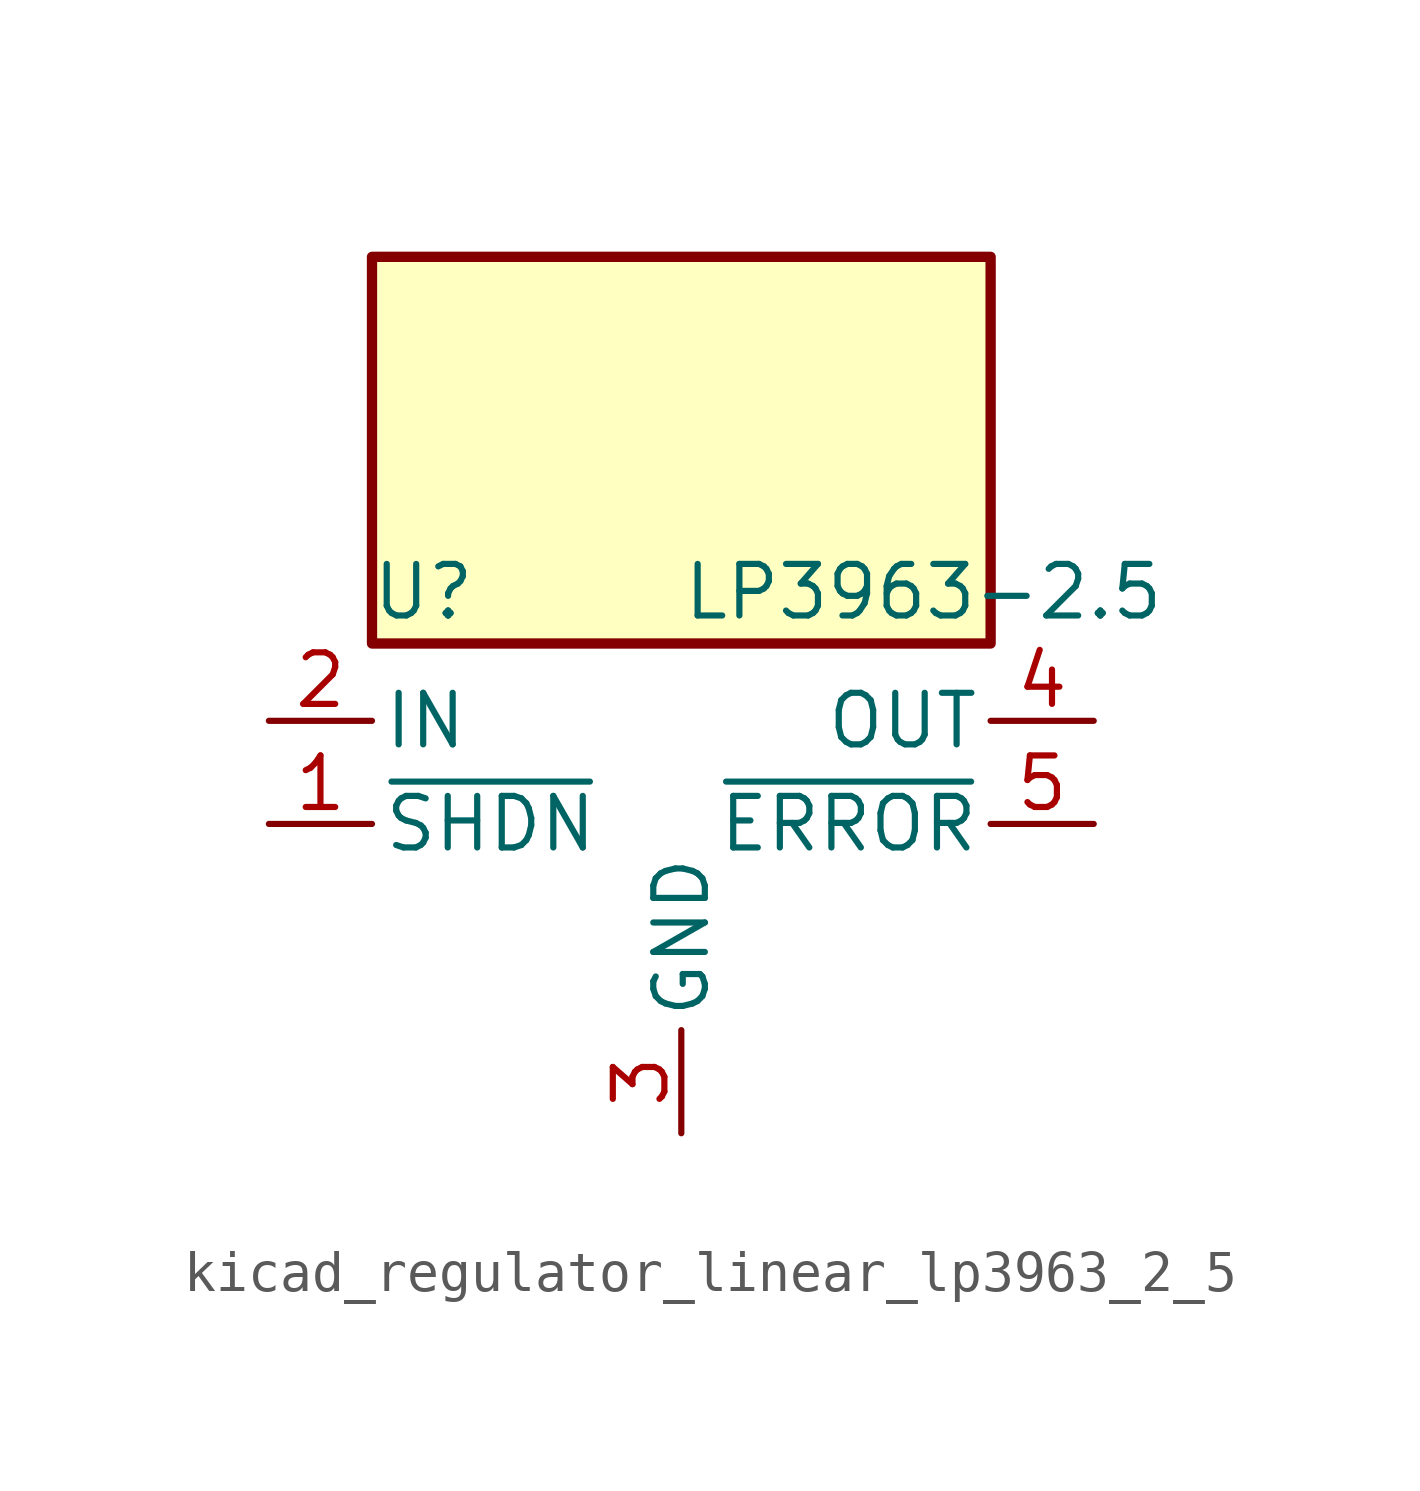
<source format=kicad_sym>
(kicad_symbol_lib
  (version 20220914)
  (generator kicad_symbol_editor)
  (symbol "kicad_regulator_linear_lp3963_2_5"
    (pin_names
      (offset 0.254))
    (property "Reference" "U"
      (at -6.35 5.715 0)
      (effects (font (size 1.27 1.27))))
    (property "Value" "LP3963-2.5"
      (at 0 5.715 0)
      (effects (font (size 1.27 1.27)) (justify left)))
    (symbol "kicad_regulator_linear_lp3963_2_5_0_1"
      (rectangle (start 7.62 13.97) (end -7.62 4.445) (stroke (width 0.254) (type default)) (fill (type background))))
    (symbol "kicad_regulator_linear_lp3963_2_5_1_1"
      (pin input line (at -10.16 0 0) (length 2.54) (name "~{SHDN}" (effects (font (size 1.27 1.27)))) (number "1" (effects (font (size 1.27 1.27)))))
      (pin power_in line (at -10.16 2.54 0) (length 2.54) (name "IN" (effects (font (size 1.27 1.27)))) (number "2" (effects (font (size 1.27 1.27)))))
      (pin power_in line (at 0 -7.62 90) (length 2.54) (name "GND" (effects (font (size 1.27 1.27)))) (number "3" (effects (font (size 1.27 1.27)))))
      (pin power_out line (at 10.16 2.54 180) (length 2.54) (name "OUT" (effects (font (size 1.27 1.27)))) (number "4" (effects (font (size 1.27 1.27)))))
      (pin output line (at 10.16 0 180) (length 2.54) (name "~{ERROR}" (effects (font (size 1.27 1.27)))) (number "5" (effects (font (size 1.27 1.27))))))))
</source>
